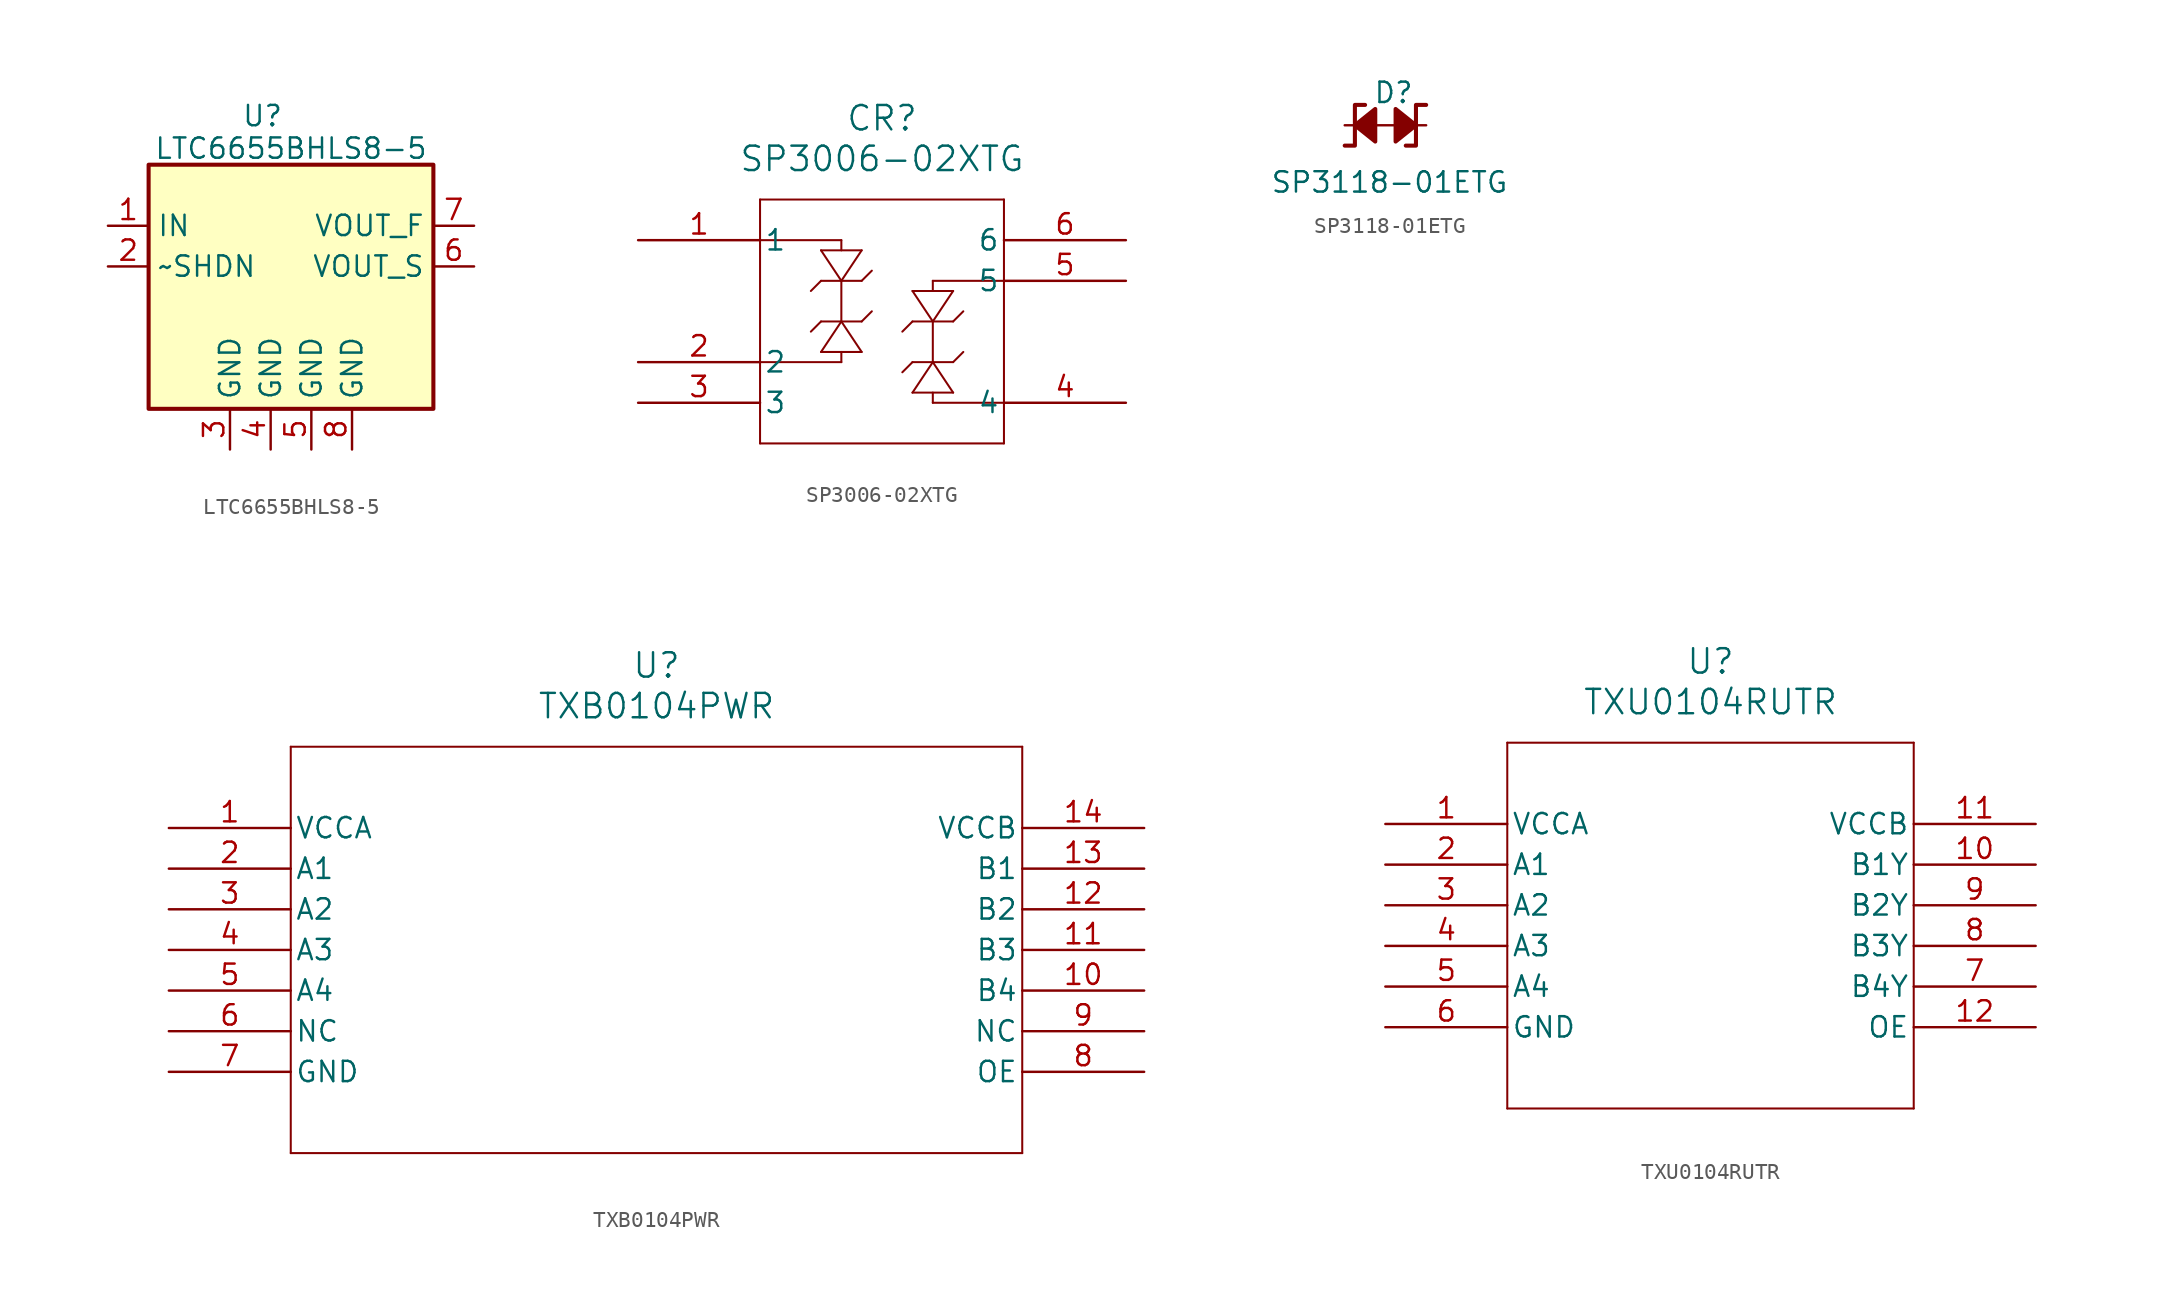
<source format=kicad_sym>
(kicad_symbol_lib
  (version 20241209)
  (generator "kicad_symbol_editor")
  (generator_version "9.0")
  (symbol "LTC6655BHLS8-5"
    (property "Reference" "U"
      (at -0.508 10.668 0)
      (effects (font (size 1.27 1.27))))
    (property "Value" "LTC6655BHLS8-5"
      (at 1.27 8.636 0)
      (effects (font (size 1.27 1.27))))
    (symbol "LTC6655BHLS8-5_0_1"
      (rectangle (start -7.62 7.62) (end 10.16 -7.62) (stroke (width 0.254) (type default)) (fill (type background))))
    (symbol "LTC6655BHLS8-5_1_1"
      (pin input line (at -10.16 3.81 0) (length 2.54) (name "IN" (effects (font (size 1.27 1.27)))) (number "1" (effects (font (size 1.27 1.27)))))
      (pin input line (at -10.16 1.27 0) (length 2.54) (name "~SHDN" (effects (font (size 1.27 1.27)))) (number "2" (effects (font (size 1.27 1.27)))))
      (pin power_in line (at -2.54 -10.16 90) (length 2.54) (name "GND" (effects (font (size 1.27 1.27)))) (number "3" (effects (font (size 1.27 1.27)))))
      (pin power_in line (at 0 -10.16 90) (length 2.54) (name "GND" (effects (font (size 1.27 1.27)))) (number "4" (effects (font (size 1.27 1.27)))))
      (pin power_in line (at 2.54 -10.16 90) (length 2.54) (name "GND" (effects (font (size 1.27 1.27)))) (number "5" (effects (font (size 1.27 1.27)))))
      (pin power_in line (at 5.08 -10.16 90) (length 2.54) (name "GND" (effects (font (size 1.27 1.27)))) (number "8" (effects (font (size 1.27 1.27)))))
      (pin output line (at 12.7 3.81 180) (length 2.54) (name "VOUT_F" (effects (font (size 1.27 1.27)))) (number "7" (effects (font (size 1.27 1.27)))))
      (pin output line (at 12.7 1.27 180) (length 2.54) (name "VOUT_S" (effects (font (size 1.27 1.27)))) (number "6" (effects (font (size 1.27 1.27)))))))
  (symbol "SP3006-02XTG"
    (pin_names
      (offset 0.254))
    (property "Reference" "CR"
      (at 20.32 7.62 0)
      (effects (font (size 1.524 1.524))))
    (property "Value" "SP3006-02XTG"
      (at 20.32 5.08 0)
      (effects (font (size 1.524 1.524))))
    (symbol "SP3006-02XTG_0_1"
      (polyline (pts (xy 12.7 2.54) (xy 12.7 -12.7)) (stroke (width 0.127) (type default)) (fill (type none)))
      (polyline (pts (xy 12.7 0) (xy 17.78 0)) (stroke (width 0.127) (type default)) (fill (type none)))
      (polyline (pts (xy 12.7 -7.62) (xy 17.78 -7.62)) (stroke (width 0.127) (type default)) (fill (type none)))
      (polyline (pts (xy 12.7 -12.7) (xy 27.94 -12.7)) (stroke (width 0.127) (type default)) (fill (type none)))
      (polyline (pts (xy 15.875 -3.175) (xy 16.51 -2.54)) (stroke (width 0.127) (type default)) (fill (type none)))
      (polyline (pts (xy 15.875 -5.715) (xy 16.51 -5.08)) (stroke (width 0.127) (type default)) (fill (type none)))
      (polyline (pts (xy 16.51 -0.635) (xy 17.78 -2.54)) (stroke (width 0.127) (type default)) (fill (type none)))
      (polyline (pts (xy 16.51 -5.08) (xy 19.05 -5.08)) (stroke (width 0.127) (type default)) (fill (type none)))
      (polyline (pts (xy 16.51 -6.985) (xy 19.05 -6.985)) (stroke (width 0.127) (type default)) (fill (type none)))
      (polyline (pts (xy 17.78 0) (xy 17.78 -0.635)) (stroke (width 0.127) (type default)) (fill (type none)))
      (polyline (pts (xy 17.78 -2.54) (xy 17.78 -5.08)) (stroke (width 0.127) (type default)) (fill (type none)))
      (polyline (pts (xy 17.78 -2.54) (xy 19.05 -0.635)) (stroke (width 0.127) (type default)) (fill (type none)))
      (polyline (pts (xy 17.78 -5.08) (xy 16.51 -6.985)) (stroke (width 0.127) (type default)) (fill (type none)))
      (polyline (pts (xy 17.78 -6.985) (xy 17.78 -7.62)) (stroke (width 0.127) (type default)) (fill (type none)))
      (polyline (pts (xy 19.05 -0.635) (xy 16.51 -0.635)) (stroke (width 0.127) (type default)) (fill (type none)))
      (polyline (pts (xy 19.05 -2.54) (xy 16.51 -2.54)) (stroke (width 0.127) (type default)) (fill (type none)))
      (polyline (pts (xy 19.05 -6.985) (xy 17.78 -5.08)) (stroke (width 0.127) (type default)) (fill (type none)))
      (polyline (pts (xy 19.685 -1.905) (xy 19.05 -2.54)) (stroke (width 0.127) (type default)) (fill (type none)))
      (polyline (pts (xy 19.685 -4.445) (xy 19.05 -5.08)) (stroke (width 0.127) (type default)) (fill (type none)))
      (polyline (pts (xy 21.59 -5.715) (xy 22.225 -5.08)) (stroke (width 0.127) (type default)) (fill (type none)))
      (polyline (pts (xy 21.59 -8.255) (xy 22.225 -7.62)) (stroke (width 0.127) (type default)) (fill (type none)))
      (polyline (pts (xy 22.225 -3.175) (xy 23.495 -5.08)) (stroke (width 0.127) (type default)) (fill (type none)))
      (polyline (pts (xy 22.225 -7.62) (xy 24.765 -7.62)) (stroke (width 0.127) (type default)) (fill (type none)))
      (polyline (pts (xy 22.225 -9.525) (xy 24.765 -9.525)) (stroke (width 0.127) (type default)) (fill (type none)))
      (polyline (pts (xy 23.495 -2.54) (xy 23.495 -3.175)) (stroke (width 0.127) (type default)) (fill (type none)))
      (polyline (pts (xy 23.495 -2.54) (xy 27.94 -2.54)) (stroke (width 0.127) (type default)) (fill (type none)))
      (polyline (pts (xy 23.495 -5.08) (xy 23.495 -7.62)) (stroke (width 0.127) (type default)) (fill (type none)))
      (polyline (pts (xy 23.495 -5.08) (xy 24.765 -3.175)) (stroke (width 0.127) (type default)) (fill (type none)))
      (polyline (pts (xy 23.495 -7.62) (xy 22.225 -9.525)) (stroke (width 0.127) (type default)) (fill (type none)))
      (polyline (pts (xy 23.495 -9.525) (xy 23.495 -10.16)) (stroke (width 0.127) (type default)) (fill (type none)))
      (polyline (pts (xy 24.765 -3.175) (xy 22.225 -3.175)) (stroke (width 0.127) (type default)) (fill (type none)))
      (polyline (pts (xy 24.765 -5.08) (xy 22.225 -5.08)) (stroke (width 0.127) (type default)) (fill (type none)))
      (polyline (pts (xy 24.765 -9.525) (xy 23.495 -7.62)) (stroke (width 0.127) (type default)) (fill (type none)))
      (polyline (pts (xy 25.4 -4.445) (xy 24.765 -5.08)) (stroke (width 0.127) (type default)) (fill (type none)))
      (polyline (pts (xy 25.4 -6.985) (xy 24.765 -7.62)) (stroke (width 0.127) (type default)) (fill (type none)))
      (polyline (pts (xy 27.94 2.54) (xy 12.7 2.54)) (stroke (width 0.127) (type default)) (fill (type none)))
      (polyline (pts (xy 27.94 -10.16) (xy 23.495 -10.16)) (stroke (width 0.127) (type default)) (fill (type none)))
      (polyline (pts (xy 27.94 -12.7) (xy 27.94 2.54)) (stroke (width 0.127) (type default)) (fill (type none)))
      (pin unspecified line (at 5.08 0 0) (length 7.62) (name "1" (effects (font (size 1.27 1.27)))) (number "1" (effects (font (size 1.27 1.27)))))
      (pin unspecified line (at 5.08 -7.62 0) (length 7.62) (name "2" (effects (font (size 1.27 1.27)))) (number "2" (effects (font (size 1.27 1.27)))))
      (pin unspecified line (at 5.08 -10.16 0) (length 7.62) (name "3" (effects (font (size 1.27 1.27)))) (number "3" (effects (font (size 1.27 1.27)))))
      (pin unspecified line (at 35.56 0 180) (length 7.62) (name "6" (effects (font (size 1.27 1.27)))) (number "6" (effects (font (size 1.27 1.27)))))
      (pin unspecified line (at 35.56 -2.54 180) (length 7.62) (name "5" (effects (font (size 1.27 1.27)))) (number "5" (effects (font (size 1.27 1.27)))))
      (pin unspecified line (at 35.56 -10.16 180) (length 7.62) (name "4" (effects (font (size 1.27 1.27)))) (number "4" (effects (font (size 1.27 1.27)))))))
  (symbol "SP3118-01ETG"
    (pin_numbers
      (hide yes))
    (pin_names
      (offset 1.016)
      (hide yes))
    (property "Reference" "D"
      (at -0.762 4.572 0)
      (effects (font (size 1.27 1.27))))
    (property "Value" "SP3118-01ETG"
      (at -1.016 -1.016 0)
      (effects (font (size 1.27 1.27))))
    (symbol "SP3118-01ETG_1_1"
      (polyline (pts (xy -3.175 2.54) (xy -1.905 1.524) (xy -1.905 3.556) (xy -3.175 2.54)) (stroke (width 0.254) (type default)) (fill (type outline)))
      (polyline (pts (xy -2.54 3.81) (xy -3.175 3.81) (xy -3.175 1.27) (xy -3.81 1.27)) (stroke (width 0.254) (type solid)) (fill (type none)))
      (polyline (pts (xy -2.54 2.54) (xy 0 2.54)) (stroke (width 0) (type default)) (fill (type none)))
      (polyline (pts (xy 0.635 2.54) (xy -0.635 1.524) (xy -0.635 3.556) (xy 0.635 2.54)) (stroke (width 0.254) (type default)) (fill (type outline)))
      (polyline (pts (xy 1.27 3.81) (xy 0.635 3.81) (xy 0.635 1.27) (xy 0 1.27)) (stroke (width 0.254) (type solid)) (fill (type none)))
      (pin passive line (at -3.81 2.54 0) (length 1.27) (name "A1" (effects (font (size 1.27 1.27)))) (number "1" (effects (font (size 1.27 1.27)))))
      (pin passive line (at 1.27 2.54 180) (length 1.27) (name "A2" (effects (font (size 1.27 1.27)))) (number "2" (effects (font (size 1.27 1.27)))))))
  (symbol "TXB0104PWR"
    (pin_names
      (offset 0.254))
    (property "Reference" "U"
      (at 30.48 10.16 0)
      (effects (font (size 1.524 1.524))))
    (property "Value" "TXB0104PWR"
      (at 30.48 7.62 0)
      (effects (font (size 1.524 1.524))))
    (symbol "TXB0104PWR_0_1"
      (polyline (pts (xy 7.62 5.08) (xy 7.62 -20.32)) (stroke (width 0.127) (type default)) (fill (type none)))
      (polyline (pts (xy 7.62 -20.32) (xy 53.34 -20.32)) (stroke (width 0.127) (type default)) (fill (type none)))
      (polyline (pts (xy 53.34 5.08) (xy 7.62 5.08)) (stroke (width 0.127) (type default)) (fill (type none)))
      (polyline (pts (xy 53.34 -20.32) (xy 53.34 5.08)) (stroke (width 0.127) (type default)) (fill (type none)))
      (pin power_in line (at 0 0 0) (length 7.62) (name "VCCA" (effects (font (size 1.27 1.27)))) (number "1" (effects (font (size 1.27 1.27)))))
      (pin bidirectional line (at 0 -2.54 0) (length 7.62) (name "A1" (effects (font (size 1.27 1.27)))) (number "2" (effects (font (size 1.27 1.27)))))
      (pin bidirectional line (at 0 -5.08 0) (length 7.62) (name "A2" (effects (font (size 1.27 1.27)))) (number "3" (effects (font (size 1.27 1.27)))))
      (pin bidirectional line (at 0 -7.62 0) (length 7.62) (name "A3" (effects (font (size 1.27 1.27)))) (number "4" (effects (font (size 1.27 1.27)))))
      (pin bidirectional line (at 0 -10.16 0) (length 7.62) (name "A4" (effects (font (size 1.27 1.27)))) (number "5" (effects (font (size 1.27 1.27)))))
      (pin unspecified line (at 0 -12.7 0) (length 7.62) (name "NC" (effects (font (size 1.27 1.27)))) (number "6" (effects (font (size 1.27 1.27)))))
      (pin power_in line (at 0 -15.24 0) (length 7.62) (name "GND" (effects (font (size 1.27 1.27)))) (number "7" (effects (font (size 1.27 1.27)))))
      (pin power_in line (at 60.96 0 180) (length 7.62) (name "VCCB" (effects (font (size 1.27 1.27)))) (number "14" (effects (font (size 1.27 1.27)))))
      (pin bidirectional line (at 60.96 -2.54 180) (length 7.62) (name "B1" (effects (font (size 1.27 1.27)))) (number "13" (effects (font (size 1.27 1.27)))))
      (pin bidirectional line (at 60.96 -5.08 180) (length 7.62) (name "B2" (effects (font (size 1.27 1.27)))) (number "12" (effects (font (size 1.27 1.27)))))
      (pin bidirectional line (at 60.96 -7.62 180) (length 7.62) (name "B3" (effects (font (size 1.27 1.27)))) (number "11" (effects (font (size 1.27 1.27)))))
      (pin bidirectional line (at 60.96 -10.16 180) (length 7.62) (name "B4" (effects (font (size 1.27 1.27)))) (number "10" (effects (font (size 1.27 1.27)))))
      (pin unspecified line (at 60.96 -12.7 180) (length 7.62) (name "NC" (effects (font (size 1.27 1.27)))) (number "9" (effects (font (size 1.27 1.27)))))
      (pin output line (at 60.96 -15.24 180) (length 7.62) (name "OE" (effects (font (size 1.27 1.27)))) (number "8" (effects (font (size 1.27 1.27)))))))
  (symbol "TXU0104RUTR"
    (pin_names
      (offset 0.254))
    (property "Reference" "U"
      (at 20.32 10.16 0)
      (effects (font (size 1.524 1.524))))
    (property "Value" "TXU0104RUTR"
      (at 20.32 7.62 0)
      (effects (font (size 1.524 1.524))))
    (property "ki_locked" ""
      (at 0 0 0)
      (effects (font (size 1.27 1.27))))
    (symbol "TXU0104RUTR_0_1"
      (polyline (pts (xy 7.62 5.08) (xy 7.62 -17.78)) (stroke (width 0.127) (type default)) (fill (type none)))
      (polyline (pts (xy 7.62 -17.78) (xy 33.02 -17.78)) (stroke (width 0.127) (type default)) (fill (type none)))
      (polyline (pts (xy 33.02 5.08) (xy 7.62 5.08)) (stroke (width 0.127) (type default)) (fill (type none)))
      (polyline (pts (xy 33.02 -17.78) (xy 33.02 5.08)) (stroke (width 0.127) (type default)) (fill (type none)))
      (pin power_in line (at 0 0 0) (length 7.62) (name "VCCA" (effects (font (size 1.27 1.27)))) (number "1" (effects (font (size 1.27 1.27)))))
      (pin input line (at 0 -2.54 0) (length 7.62) (name "A1" (effects (font (size 1.27 1.27)))) (number "2" (effects (font (size 1.27 1.27)))))
      (pin input line (at 0 -5.08 0) (length 7.62) (name "A2" (effects (font (size 1.27 1.27)))) (number "3" (effects (font (size 1.27 1.27)))))
      (pin input line (at 0 -7.62 0) (length 7.62) (name "A3" (effects (font (size 1.27 1.27)))) (number "4" (effects (font (size 1.27 1.27)))))
      (pin input line (at 0 -10.16 0) (length 7.62) (name "A4" (effects (font (size 1.27 1.27)))) (number "5" (effects (font (size 1.27 1.27)))))
      (pin power_out line (at 0 -12.7 0) (length 7.62) (name "GND" (effects (font (size 1.27 1.27)))) (number "6" (effects (font (size 1.27 1.27)))))
      (pin power_in line (at 40.64 0 180) (length 7.62) (name "VCCB" (effects (font (size 1.27 1.27)))) (number "11" (effects (font (size 1.27 1.27)))))
      (pin output line (at 40.64 -2.54 180) (length 7.62) (name "B1Y" (effects (font (size 1.27 1.27)))) (number "10" (effects (font (size 1.27 1.27)))))
      (pin output line (at 40.64 -5.08 180) (length 7.62) (name "B2Y" (effects (font (size 1.27 1.27)))) (number "9" (effects (font (size 1.27 1.27)))))
      (pin output line (at 40.64 -7.62 180) (length 7.62) (name "B3Y" (effects (font (size 1.27 1.27)))) (number "8" (effects (font (size 1.27 1.27)))))
      (pin output line (at 40.64 -10.16 180) (length 7.62) (name "B4Y" (effects (font (size 1.27 1.27)))) (number "7" (effects (font (size 1.27 1.27))))))
    (symbol "TXU0104RUTR_1_1"
      (pin input line (at 40.64 -12.7 180) (length 7.62) (name "OE" (effects (font (size 1.27 1.27)))) (number "12" (effects (font (size 1.27 1.27))))))))
</source>
